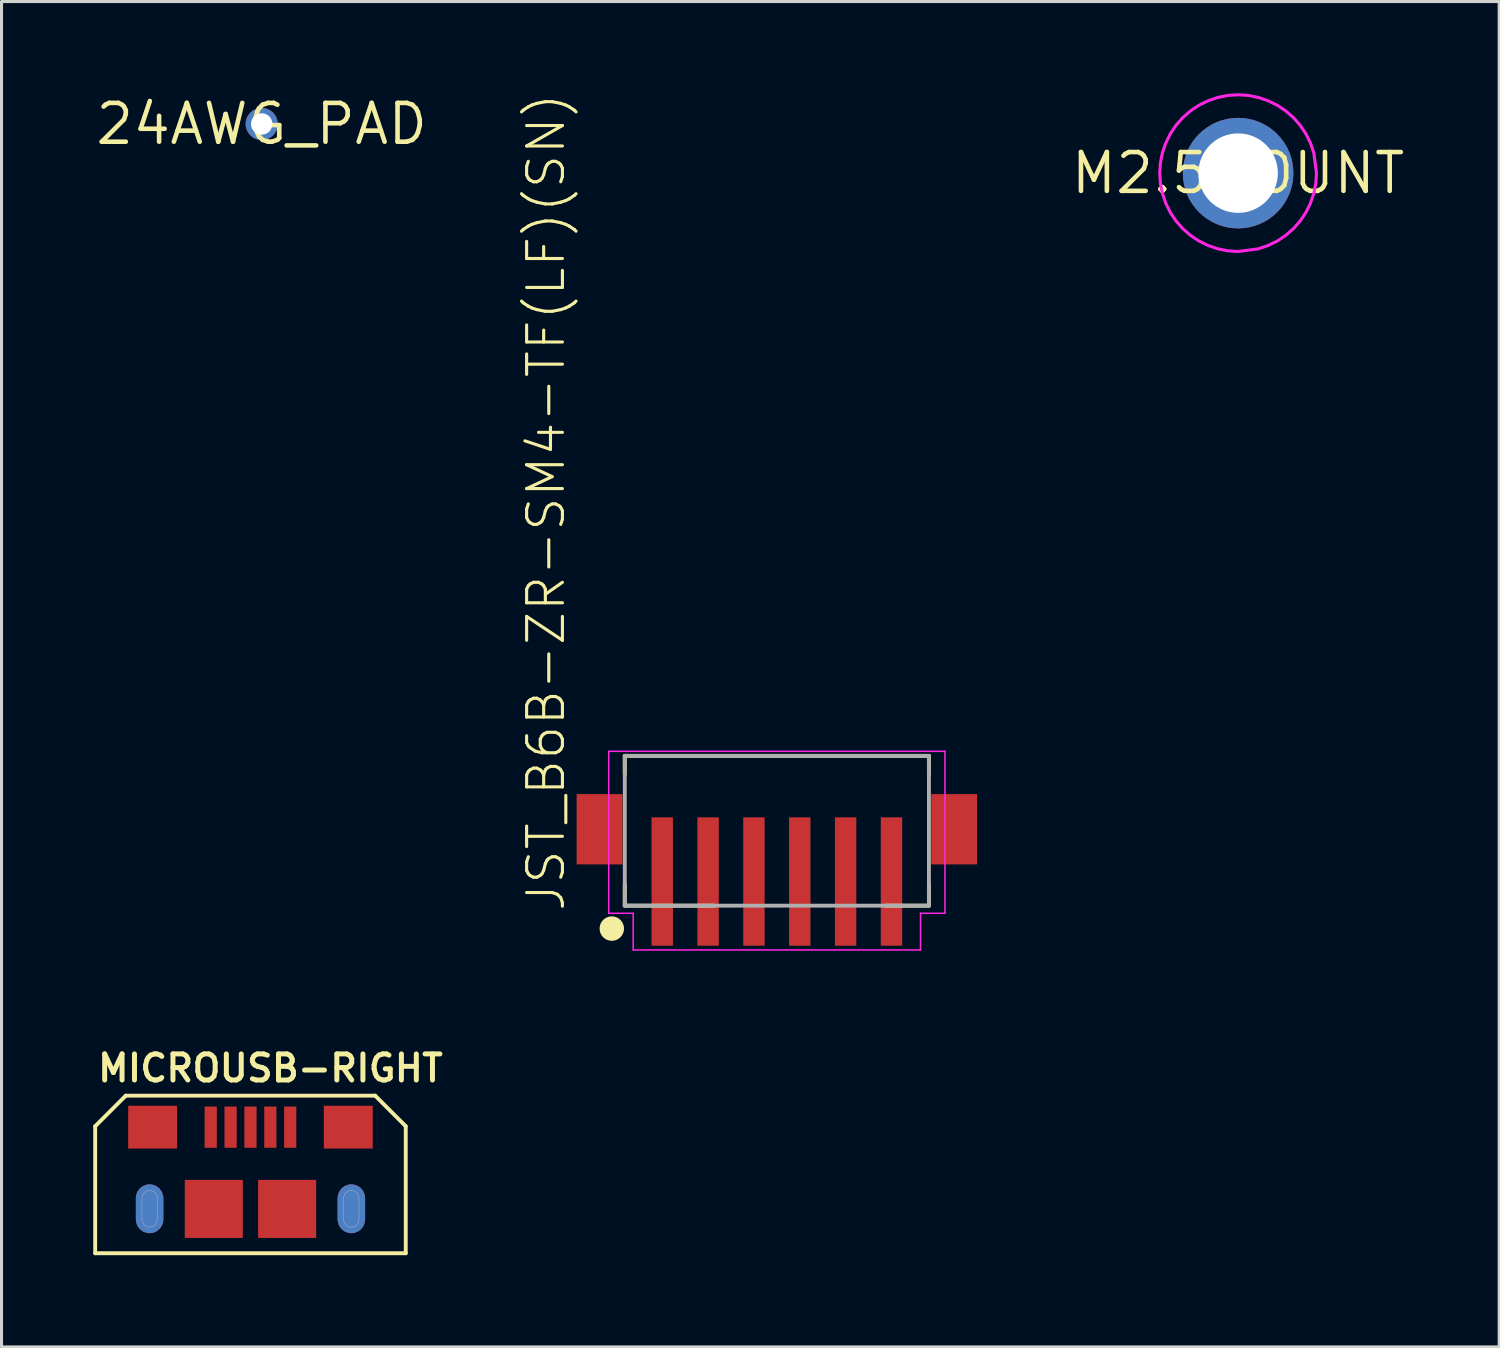
<source format=kicad_pcb>
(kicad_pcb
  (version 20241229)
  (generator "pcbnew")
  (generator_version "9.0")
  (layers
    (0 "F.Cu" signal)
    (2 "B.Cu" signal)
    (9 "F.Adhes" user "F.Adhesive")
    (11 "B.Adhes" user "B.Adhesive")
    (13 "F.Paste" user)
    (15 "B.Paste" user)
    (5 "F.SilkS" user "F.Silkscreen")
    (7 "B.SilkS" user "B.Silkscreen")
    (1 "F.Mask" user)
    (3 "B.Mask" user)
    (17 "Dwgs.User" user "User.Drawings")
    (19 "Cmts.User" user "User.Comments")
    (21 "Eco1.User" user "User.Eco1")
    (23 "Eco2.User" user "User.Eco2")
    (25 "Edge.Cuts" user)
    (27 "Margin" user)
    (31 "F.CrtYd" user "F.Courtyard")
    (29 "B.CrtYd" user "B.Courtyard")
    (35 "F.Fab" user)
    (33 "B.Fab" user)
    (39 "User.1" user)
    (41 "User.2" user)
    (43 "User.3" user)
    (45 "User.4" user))
  (footprint "24AWG_PAD"
    (layer "F.Cu")
    (at 5.511 1.006)
    (property "Reference" "24AWG_PAD" (at 0 0 0) (layer "F.SilkS") (effects (font (size 1.27 1.27) (thickness 0.15))))
    (pad "P$1" thru_hole circle (at 0 0) (size 1.05 1.05) (drill 0.7) (layers "*.Cu" "*.Mask")))
  (footprint "M2.5MOUNT"
    (layer "F.Cu")
    (at 37.455 2.614)
    (property "Reference" "M2.5MOUNT" (at 0 0 0) (layer "F.SilkS") (effects (font (size 1.27 1.27) (thickness 0.15))))
    (fp_poly (pts (xy 0.335 -2.542) (xy 0.664 -2.476) (xy 0.981 -2.368) (xy 1.282 -2.22) (xy 1.561 -2.034) (xy 1.813 -1.813) (xy 2.034 -1.561) (xy 2.22 -1.282) (xy 2.368 -0.981) (xy 2.477 -0.662) (xy 2.564 -0.002) (xy 2.542 0.335) (xy 2.476 0.664) (xy 2.368 0.981) (xy 2.22 1.282) (xy 2.034 1.561) (xy 1.813 1.813) (xy 1.561 2.034) (xy 1.282 2.22) (xy 0.981 2.368) (xy 0.662 2.477) (xy 0.002 2.564) (xy -0.335 2.542) (xy -0.664 2.476) (xy -0.981 2.368) (xy -1.282 2.22) (xy -1.561 2.034) (xy -1.813 1.813) (xy -2.034 1.561) (xy -2.22 1.282) (xy -2.368 0.981) (xy -2.476 0.664) (xy -2.542 0.335) (xy -2.564 0) (xy -2.542 -0.335) (xy -2.476 -0.664) (xy -2.368 -0.981) (xy -2.22 -1.282) (xy -2.034 -1.561) (xy -1.813 -1.813) (xy -1.561 -2.034) (xy -1.282 -2.22) (xy -0.981 -2.368) (xy -0.664 -2.476) (xy -0.335 -2.542) (xy 0 -2.564)) (stroke (width 0.1) (type default)) (fill no) (layer "F.CrtYd"))
    (pad "P$1" thru_hole circle (at 0 0) (size 3.616 3.616) (drill 2.6) (layers "*.Cu" "*.Mask")))
  (footprint "MICROUSB-RIGHT"
    (layer "F.Cu")
    (at 5.144 35.095)
    (property "Reference" "MICROUSB-RIGHT" (at -5.08 -2.7 0) (layer "F.SilkS") (effects (font (size 0.853 0.853) (thickness 0.163)) (justify left bottom)))
    (fp_line (start -5.08 -1.3) (end -4.08 -2.3) (stroke (width 0.127) (type solid)) (layer "F.SilkS"))
    (fp_line (start -5.08 2.855) (end -5.08 -1.3) (stroke (width 0.127) (type solid)) (layer "F.SilkS"))
    (fp_line (start -5.08 2.855) (end 5.08 2.855) (stroke (width 0.127) (type solid)) (layer "F.SilkS"))
    (fp_line (start -4.08 -2.3) (end 4.08 -2.3) (stroke (width 0.127) (type solid)) (layer "F.SilkS"))
    (fp_line (start 4.08 -2.3) (end 5.08 -1.3) (stroke (width 0.127) (type solid)) (layer "F.SilkS"))
    (fp_line (start 5.08 -1.3) (end 5.08 2.855) (stroke (width 0.127) (type solid)) (layer "F.SilkS"))
    (fp_line (start -3.55 1.05) (end -3.55 1.75) (stroke (width 0.01) (type solid)) (layer "Edge.Cuts"))
    (fp_line (start -3.05 1.75) (end -3.05 1.05) (stroke (width 0.01) (type solid)) (layer "Edge.Cuts"))
    (fp_line (start 3.05 1.05) (end 3.05 1.75) (stroke (width 0.01) (type solid)) (layer "Edge.Cuts"))
    (fp_line (start 3.55 1.75) (end 3.55 1.05) (stroke (width 0.01) (type solid)) (layer "Edge.Cuts"))
    (fp_arc (start -3.55 1.05) (mid -3.476777 0.873223) (end -3.3 0.8) (stroke (width 0.01) (type solid)) (layer "Edge.Cuts"))
    (fp_arc (start -3.3 0.8) (mid -3.123223 0.873223) (end -3.05 1.05) (stroke (width 0.01) (type solid)) (layer "Edge.Cuts"))
    (fp_arc (start -3.3 2) (mid -3.476777 1.926777) (end -3.55 1.75) (stroke (width 0.01) (type solid)) (layer "Edge.Cuts"))
    (fp_arc (start -3.05 1.75) (mid -3.123223 1.926777) (end -3.3 2) (stroke (width 0.01) (type solid)) (layer "Edge.Cuts"))
    (fp_arc (start 3.05 1.05) (mid 3.123223 0.873223) (end 3.3 0.8) (stroke (width 0.01) (type solid)) (layer "Edge.Cuts"))
    (fp_arc (start 3.3 0.8) (mid 3.476777 0.873223) (end 3.55 1.05) (stroke (width 0.01) (type solid)) (layer "Edge.Cuts"))
    (fp_arc (start 3.3 2) (mid 3.123223 1.926777) (end 3.05 1.75) (stroke (width 0.01) (type solid)) (layer "Edge.Cuts"))
    (fp_arc (start 3.55 1.75) (mid 3.476777 1.926777) (end 3.3 2) (stroke (width 0.01) (type solid)) (layer "Edge.Cuts"))
    (pad "1" smd rect (at -1.3 -1.27 180) (size 0.4 1.35) (layers "F.Cu" "F.Mask" "F.Paste"))
    (pad "2" smd rect (at -0.65 -1.27 180) (size 0.4 1.35) (layers "F.Cu" "F.Mask" "F.Paste"))
    (pad "3" smd rect (at 0 -1.27 180) (size 0.4 1.35) (layers "F.Cu" "F.Mask" "F.Paste"))
    (pad "4" smd rect (at 0.65 -1.27 180) (size 0.4 1.35) (layers "F.Cu" "F.Mask" "F.Paste"))
    (pad "5" smd rect (at 1.3 -1.27 180) (size 0.4 1.35) (layers "F.Cu" "F.Mask" "F.Paste"))
    (pad "S1" smd roundrect (at -3.3 1.4 180) (size 0.9 1.6) (layers "F.Cu" "F.Mask" "F.Paste") (roundrect_rratio 0.5))
    (pad "S2" smd roundrect (at 3.3 1.4 180) (size 0.9 1.6) (layers "F.Cu" "F.Mask" "F.Paste") (roundrect_rratio 0.5))
    (pad "S3" smd rect (at -3.2 -1.27 90) (size 1.4 1.6) (layers "F.Cu" "F.Mask" "F.Paste"))
    (pad "S4" smd rect (at 3.2 -1.27 90) (size 1.4 1.6) (layers "F.Cu" "F.Mask" "F.Paste"))
    (pad "S5" smd rect (at -1.2 1.405) (size 1.9 1.9) (layers "F.Cu" "F.Mask" "F.Paste"))
    (pad "S6" smd rect (at 1.2 1.405) (size 1.9 1.9) (layers "F.Cu" "F.Mask" "F.Paste"))
    (pad "S7" smd roundrect (at -3.3 1.4 180) (size 0.9 1.6) (layers "B.Cu" "B.Mask") (roundrect_rratio 0.5))
    (pad "S8" smd roundrect (at 3.3 1.4 180) (size 0.9 1.6) (layers "B.Cu" "B.Mask") (roundrect_rratio 0.5)))
  (footprint "JST_B6B-ZR-SM4-TF(LF)(SN)"
    (layer "F.Cu")
    (at 22.365 23.789)
    (property "Reference" "JST_B6B-ZR-SM4-TF(LF)(SN)" (at -6.867 3.041 90) (layer "F.SilkS") (effects (font (size 1.171 1.171) (thickness 0.102)) (justify left bottom)))
    (fp_line (start -4.975 -2.11) (end 4.975 -2.11) (stroke (width 0.127) (type solid)) (layer "F.SilkS"))
    (fp_line (start -4.975 -1.51) (end -4.975 -2.11) (stroke (width 0.127) (type solid)) (layer "F.SilkS"))
    (fp_line (start -4.975 2.09) (end -4.975 2.79) (stroke (width 0.127) (type solid)) (layer "F.SilkS"))
    (fp_line (start -4.975 2.79) (end -2.05 2.79) (stroke (width 0.127) (type solid)) (layer "F.SilkS"))
    (fp_line (start 4.975 -2.11) (end 4.975 -1.51) (stroke (width 0.127) (type solid)) (layer "F.SilkS"))
    (fp_line (start 4.975 2.79) (end 3.55 2.79) (stroke (width 0.127) (type solid)) (layer "F.SilkS"))
    (fp_line (start 4.975 2.79) (end 4.975 2.09) (stroke (width 0.127) (type solid)) (layer "F.SilkS"))
    (fp_circle (center -5.4 3.54) (end -5.2 3.54) (stroke (width 0.4) (type solid)) (fill no) (layer "F.SilkS"))
    (fp_line (start -5.5 -2.26) (end 5.5 -2.26) (stroke (width 0.05) (type solid)) (layer "F.CrtYd"))
    (fp_line (start -5.5 3.04) (end -5.5 -2.26) (stroke (width 0.05) (type solid)) (layer "F.CrtYd"))
    (fp_line (start -4.7 3.04) (end -5.5 3.04) (stroke (width 0.05) (type solid)) (layer "F.CrtYd"))
    (fp_line (start -4.7 4.24) (end -4.7 3.04) (stroke (width 0.05) (type solid)) (layer "F.CrtYd"))
    (fp_line (start 4.7 3.04) (end 4.7 4.24) (stroke (width 0.05) (type solid)) (layer "F.CrtYd"))
    (fp_line (start 4.7 4.24) (end -4.7 4.24) (stroke (width 0.05) (type solid)) (layer "F.CrtYd"))
    (fp_line (start 5.5 -2.26) (end 5.5 3.04) (stroke (width 0.05) (type solid)) (layer "F.CrtYd"))
    (fp_line (start 5.5 3.04) (end 4.7 3.04) (stroke (width 0.05) (type solid)) (layer "F.CrtYd"))
    (fp_line (start -4.975 -2.11) (end 4.975 -2.11) (stroke (width 0.127) (type solid)) (layer "F.Fab"))
    (fp_line (start -4.975 2.79) (end -4.975 -2.11) (stroke (width 0.127) (type solid)) (layer "F.Fab"))
    (fp_line (start 4.975 -2.11) (end 4.975 2.79) (stroke (width 0.127) (type solid)) (layer "F.Fab"))
    (fp_line (start 4.975 2.79) (end -4.975 2.79) (stroke (width 0.127) (type solid)) (layer "F.Fab"))
    (pad "1" smd rect (at -3.75 2) (size 0.7 4.2) (layers "F.Cu" "F.Mask" "F.Paste"))
    (pad "2" smd rect (at -2.25 2) (size 0.7 4.2) (layers "F.Cu" "F.Mask" "F.Paste"))
    (pad "3" smd rect (at -0.75 2) (size 0.7 4.2) (layers "F.Cu" "F.Mask" "F.Paste"))
    (pad "4" smd rect (at 0.75 2) (size 0.7 4.2) (layers "F.Cu" "F.Mask" "F.Paste"))
    (pad "5" smd rect (at 2.25 2) (size 0.7 4.2) (layers "F.Cu" "F.Mask" "F.Paste"))
    (pad "6" smd rect (at 3.75 2) (size 0.7 4.2) (layers "F.Cu" "F.Mask" "F.Paste"))
    (pad "P1" smd rect (at -5.8 0.29) (size 1.5 2.3) (layers "F.Cu" "F.Mask" "F.Paste"))
    (pad "P2" smd rect (at 5.8 0.29) (size 1.5 2.3) (layers "F.Cu" "F.Mask" "F.Paste")))
  (gr_rect
    (start -3 -3)
    (end 45.996 41.014)
    (stroke (width 0.1) (type default))
    (fill no)
    (layer "Edge.Cuts")))
</source>
